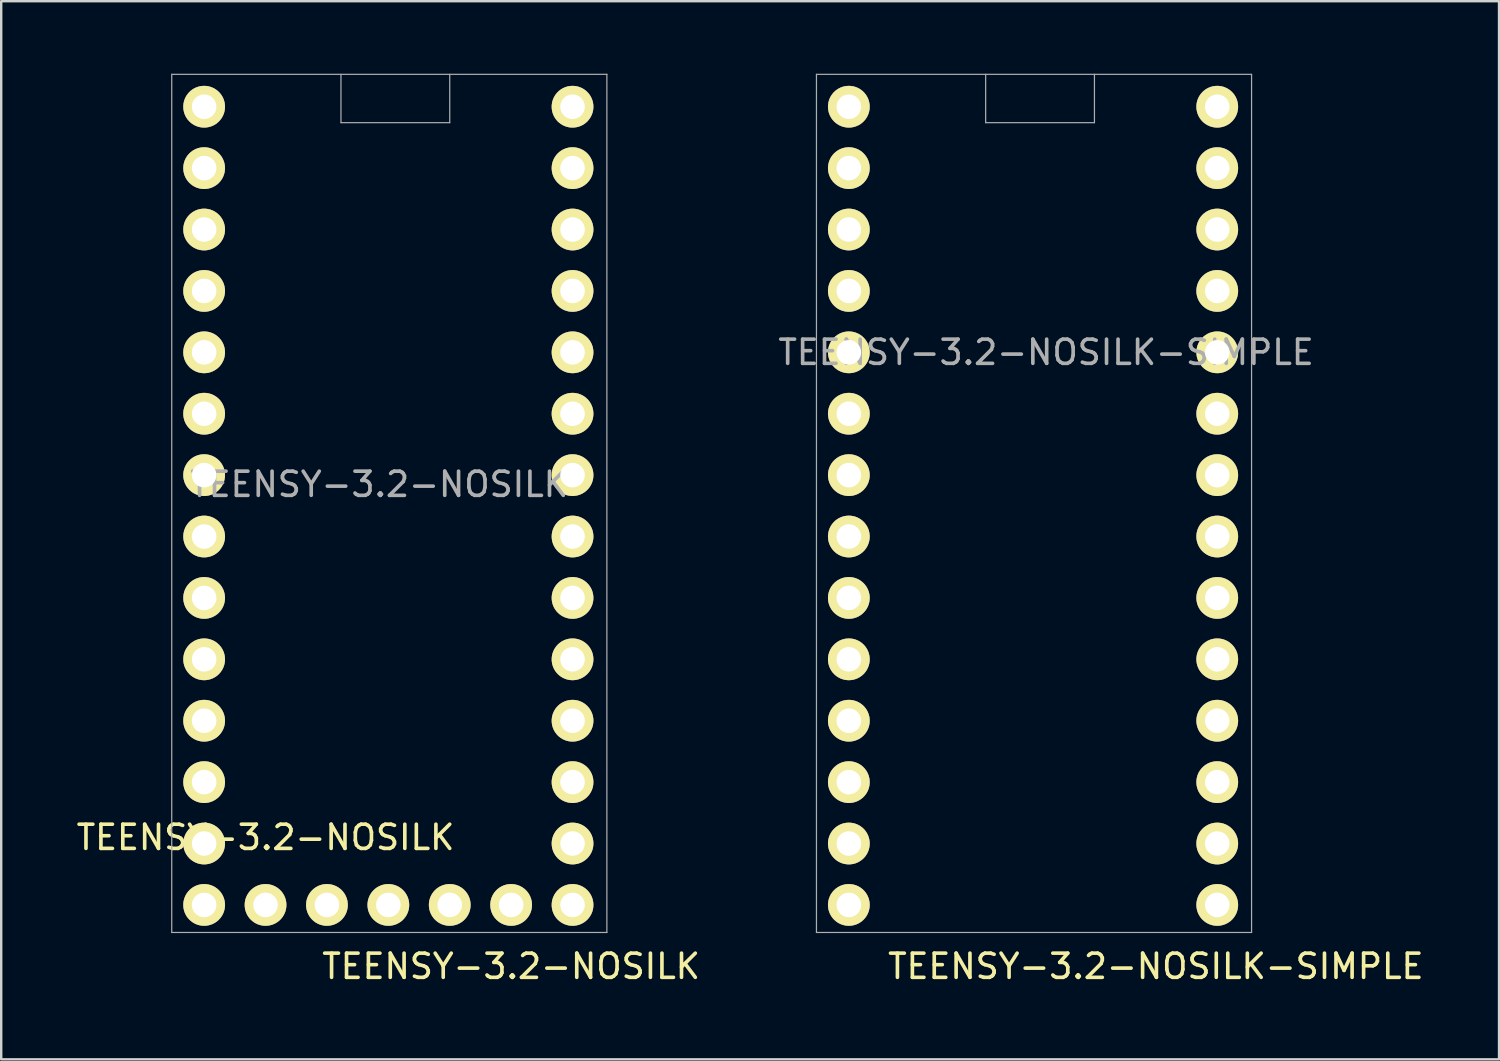
<source format=kicad_pcb>
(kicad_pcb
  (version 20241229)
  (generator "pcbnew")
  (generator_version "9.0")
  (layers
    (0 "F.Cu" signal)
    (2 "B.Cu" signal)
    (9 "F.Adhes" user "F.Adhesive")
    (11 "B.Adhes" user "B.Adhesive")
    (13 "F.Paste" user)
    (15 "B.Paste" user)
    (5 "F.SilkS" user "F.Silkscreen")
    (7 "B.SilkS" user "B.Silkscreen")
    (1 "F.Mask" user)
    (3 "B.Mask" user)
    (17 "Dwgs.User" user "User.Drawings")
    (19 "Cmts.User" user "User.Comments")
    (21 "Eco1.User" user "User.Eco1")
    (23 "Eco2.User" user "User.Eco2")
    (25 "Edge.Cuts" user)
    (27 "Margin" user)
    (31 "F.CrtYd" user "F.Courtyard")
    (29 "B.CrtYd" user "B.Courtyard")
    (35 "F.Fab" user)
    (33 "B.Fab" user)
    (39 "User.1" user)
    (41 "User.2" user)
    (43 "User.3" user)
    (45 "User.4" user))
  (footprint "TEENSY-3.2-NOSILK"
    (layer "F.Cu")
    (at 12.634 17.113)
    (property "Reference" "TEENSY-3.2-NOSILK" (at 0 -0.127 0) (layer "F.Fab") (effects (font (size 1 1) (thickness 0.15))))
    (attr smd)
    (fp_line (start -8.579 -17.088) (end -8.579 18.412) (stroke (width 0.05) (type solid)) (layer "F.Fab"))
    (fp_line (start -8.579 18.412) (end 9.421 18.412) (stroke (width 0.05) (type solid)) (layer "F.Fab"))
    (fp_line (start -1.579 -17.088) (end -1.579 -15.088) (stroke (width 0.05) (type solid)) (layer "F.Fab"))
    (fp_line (start -1.579 -15.088) (end 2.921 -15.088) (stroke (width 0.05) (type solid)) (layer "F.Fab"))
    (fp_line (start 2.921 -15.088) (end 2.921 -17.088) (stroke (width 0.05) (type solid)) (layer "F.Fab"))
    (fp_line (start 9.421 -17.088) (end -8.579 -17.088) (stroke (width 0.05) (type solid)) (layer "F.Fab"))
    (fp_line (start 9.421 18.412) (end 9.421 -17.088) (stroke (width 0.05) (type solid)) (layer "F.Fab"))
    (fp_text user "${REFERENCE}" (at 5.461 19.812 0) (layer "F.SilkS") (effects (font (size 1 1) (thickness 0.15))))
    (fp_text user "${REFERENCE}" (at -4.699 14.478 0) (layer "F.SilkS") (effects (font (size 1 1) (thickness 0.15))))
    (pad "0" thru_hole circle (at -7.239 -13.208) (size 1.727 1.727) (drill 1.016) (layers "*.Cu" "*.Mask" "F.SilkS"))
    (pad "1" thru_hole circle (at -7.239 -10.668) (size 1.727 1.727) (drill 1.016) (layers "*.Cu" "*.Mask" "F.SilkS"))
    (pad "2" thru_hole circle (at -7.239 -8.128) (size 1.727 1.727) (drill 1.016) (layers "*.Cu" "*.Mask" "F.SilkS"))
    (pad "3" thru_hole circle (at -7.239 -5.588) (size 1.727 1.727) (drill 1.016) (layers "*.Cu" "*.Mask" "F.SilkS"))
    (pad "3V1" thru_hole circle (at -2.159 17.272) (size 1.727 1.727) (drill 1.016) (layers "*.Cu" "*.Mask" "F.SilkS"))
    (pad "3V2" thru_hole circle (at 8.001 -10.668) (size 1.727 1.727) (drill 1.016) (layers "*.Cu" "*.Mask" "F.SilkS"))
    (pad "4" thru_hole circle (at -7.239 -3.048) (size 1.727 1.727) (drill 1.016) (layers "*.Cu" "*.Mask" "F.SilkS"))
    (pad "5" thru_hole circle (at -7.239 -0.508) (size 1.727 1.727) (drill 1.016) (layers "*.Cu" "*.Mask" "F.SilkS"))
    (pad "6" thru_hole circle (at -7.239 2.032) (size 1.727 1.727) (drill 1.016) (layers "*.Cu" "*.Mask" "F.SilkS"))
    (pad "7" thru_hole circle (at -7.239 4.572) (size 1.727 1.727) (drill 1.016) (layers "*.Cu" "*.Mask" "F.SilkS"))
    (pad "8" thru_hole circle (at -7.239 7.112) (size 1.727 1.727) (drill 1.016) (layers "*.Cu" "*.Mask" "F.SilkS"))
    (pad "9" thru_hole circle (at -7.239 9.652) (size 1.727 1.727) (drill 1.016) (layers "*.Cu" "*.Mask" "F.SilkS"))
    (pad "10" thru_hole circle (at -7.239 12.192) (size 1.727 1.727) (drill 1.016) (layers "*.Cu" "*.Mask" "F.SilkS"))
    (pad "11" thru_hole circle (at -7.239 14.732) (size 1.727 1.727) (drill 1.016) (layers "*.Cu" "*.Mask" "F.SilkS"))
    (pad "12" thru_hole circle (at -7.239 17.272) (size 1.727 1.727) (drill 1.016) (layers "*.Cu" "*.Mask" "F.SilkS"))
    (pad "13" thru_hole circle (at 8.001 17.272) (size 1.727 1.727) (drill 1.016) (layers "*.Cu" "*.Mask" "F.SilkS"))
    (pad "14" thru_hole circle (at 8.001 14.732) (size 1.727 1.727) (drill 1.016) (layers "*.Cu" "*.Mask" "F.SilkS"))
    (pad "15" thru_hole circle (at 8.001 12.192) (size 1.727 1.727) (drill 1.016) (layers "*.Cu" "*.Mask" "F.SilkS"))
    (pad "16" thru_hole circle (at 8.001 9.652) (size 1.727 1.727) (drill 1.016) (layers "*.Cu" "*.Mask" "F.SilkS"))
    (pad "17" thru_hole circle (at 8.001 7.112) (size 1.727 1.727) (drill 1.016) (layers "*.Cu" "*.Mask" "F.SilkS"))
    (pad "18" thru_hole circle (at 8.001 4.572) (size 1.727 1.727) (drill 1.016) (layers "*.Cu" "*.Mask" "F.SilkS"))
    (pad "19" thru_hole circle (at 8.001 2.032) (size 1.727 1.727) (drill 1.016) (layers "*.Cu" "*.Mask" "F.SilkS"))
    (pad "20" thru_hole circle (at 8.001 -0.508) (size 1.727 1.727) (drill 1.016) (layers "*.Cu" "*.Mask" "F.SilkS"))
    (pad "21" thru_hole circle (at 8.001 -3.048) (size 1.727 1.727) (drill 1.016) (layers "*.Cu" "*.Mask" "F.SilkS"))
    (pad "22" thru_hole circle (at 8.001 -5.588) (size 1.727 1.727) (drill 1.016) (layers "*.Cu" "*.Mask" "F.SilkS"))
    (pad "23" thru_hole circle (at 8.001 -8.128) (size 1.727 1.727) (drill 1.016) (layers "*.Cu" "*.Mask" "F.SilkS"))
    (pad "AG" thru_hole circle (at 8.001 -13.208) (size 1.727 1.727) (drill 1.016) (layers "*.Cu" "*.Mask" "F.SilkS"))
    (pad "DAC" thru_hole circle (at 5.461 17.272) (size 1.727 1.727) (drill 1.016) (layers "*.Cu" "*.Mask" "F.SilkS"))
    (pad "G1" thru_hole circle (at -7.239 -15.748) (size 1.727 1.727) (drill 1.016) (layers "*.Cu" "*.Mask" "F.SilkS"))
    (pad "G2" thru_hole circle (at 0.381 17.272) (size 1.727 1.727) (drill 1.016) (layers "*.Cu" "*.Mask" "F.SilkS"))
    (pad "PGM" thru_hole circle (at 2.921 17.272) (size 1.727 1.727) (drill 1.016) (layers "*.Cu" "*.Mask" "F.SilkS"))
    (pad "VBAT" thru_hole circle (at -4.699 17.272) (size 1.727 1.727) (drill 1.016) (layers "*.Cu" "*.Mask" "F.SilkS"))
    (pad "VIN" thru_hole circle (at 8.001 -15.748) (size 1.727 1.727) (drill 1.016) (layers "*.Cu" "*.Mask" "F.SilkS")))
  (footprint "TEENSY-3.2-NOSILK-SIMPLE"
    (layer "F.Cu")
    (at 42.225 11.525)
    (property "Reference" "TEENSY-3.2-NOSILK-SIMPLE" (at -2 0 0) (layer "F.Fab") (effects (font (size 1 1) (thickness 0.15))))
    (attr smd)
    (fp_line (start -11.5 -11.5) (end -11.5 24) (stroke (width 0.05) (type solid)) (layer "F.Fab"))
    (fp_line (start -11.5 24) (end 6.5 24) (stroke (width 0.05) (type solid)) (layer "F.Fab"))
    (fp_line (start -4.5 -11.5) (end -4.5 -9.5) (stroke (width 0.05) (type solid)) (layer "F.Fab"))
    (fp_line (start -4.5 -9.5) (end 0 -9.5) (stroke (width 0.05) (type solid)) (layer "F.Fab"))
    (fp_line (start 0 -9.5) (end 0 -11.5) (stroke (width 0.05) (type solid)) (layer "F.Fab"))
    (fp_line (start 6.5 -11.5) (end -11.5 -11.5) (stroke (width 0.05) (type solid)) (layer "F.Fab"))
    (fp_line (start 6.5 24) (end 6.5 -11.5) (stroke (width 0.05) (type solid)) (layer "F.Fab"))
    (fp_text user "${REFERENCE}" (at 2.54 25.4 0) (layer "F.SilkS") (effects (font (size 1 1) (thickness 0.15))))
    (pad "0" thru_hole circle (at -10.16 -7.62) (size 1.727 1.727) (drill 1.016) (layers "*.Cu" "*.Mask" "F.SilkS"))
    (pad "1" thru_hole circle (at -10.16 -5.08) (size 1.727 1.727) (drill 1.016) (layers "*.Cu" "*.Mask" "F.SilkS"))
    (pad "2" thru_hole circle (at -10.16 -2.54) (size 1.727 1.727) (drill 1.016) (layers "*.Cu" "*.Mask" "F.SilkS"))
    (pad "3" thru_hole circle (at -10.16 0) (size 1.727 1.727) (drill 1.016) (layers "*.Cu" "*.Mask" "F.SilkS"))
    (pad "3V2" thru_hole circle (at 5.08 -5.08) (size 1.727 1.727) (drill 1.016) (layers "*.Cu" "*.Mask" "F.SilkS"))
    (pad "4" thru_hole circle (at -10.16 2.54) (size 1.727 1.727) (drill 1.016) (layers "*.Cu" "*.Mask" "F.SilkS"))
    (pad "5" thru_hole circle (at -10.16 5.08) (size 1.727 1.727) (drill 1.016) (layers "*.Cu" "*.Mask" "F.SilkS"))
    (pad "6" thru_hole circle (at -10.16 7.62) (size 1.727 1.727) (drill 1.016) (layers "*.Cu" "*.Mask" "F.SilkS"))
    (pad "7" thru_hole circle (at -10.16 10.16) (size 1.727 1.727) (drill 1.016) (layers "*.Cu" "*.Mask" "F.SilkS"))
    (pad "8" thru_hole circle (at -10.16 12.7) (size 1.727 1.727) (drill 1.016) (layers "*.Cu" "*.Mask" "F.SilkS"))
    (pad "9" thru_hole circle (at -10.16 15.24) (size 1.727 1.727) (drill 1.016) (layers "*.Cu" "*.Mask" "F.SilkS"))
    (pad "10" thru_hole circle (at -10.16 17.78) (size 1.727 1.727) (drill 1.016) (layers "*.Cu" "*.Mask" "F.SilkS"))
    (pad "11" thru_hole circle (at -10.16 20.32) (size 1.727 1.727) (drill 1.016) (layers "*.Cu" "*.Mask" "F.SilkS"))
    (pad "12" thru_hole circle (at -10.16 22.86) (size 1.727 1.727) (drill 1.016) (layers "*.Cu" "*.Mask" "F.SilkS"))
    (pad "13" thru_hole circle (at 5.08 22.86) (size 1.727 1.727) (drill 1.016) (layers "*.Cu" "*.Mask" "F.SilkS"))
    (pad "14" thru_hole circle (at 5.08 20.32) (size 1.727 1.727) (drill 1.016) (layers "*.Cu" "*.Mask" "F.SilkS"))
    (pad "15" thru_hole circle (at 5.08 17.78) (size 1.727 1.727) (drill 1.016) (layers "*.Cu" "*.Mask" "F.SilkS"))
    (pad "16" thru_hole circle (at 5.08 15.24) (size 1.727 1.727) (drill 1.016) (layers "*.Cu" "*.Mask" "F.SilkS"))
    (pad "17" thru_hole circle (at 5.08 12.7) (size 1.727 1.727) (drill 1.016) (layers "*.Cu" "*.Mask" "F.SilkS"))
    (pad "18" thru_hole circle (at 5.08 10.16) (size 1.727 1.727) (drill 1.016) (layers "*.Cu" "*.Mask" "F.SilkS"))
    (pad "19" thru_hole circle (at 5.08 7.62) (size 1.727 1.727) (drill 1.016) (layers "*.Cu" "*.Mask" "F.SilkS"))
    (pad "20" thru_hole circle (at 5.08 5.08) (size 1.727 1.727) (drill 1.016) (layers "*.Cu" "*.Mask" "F.SilkS"))
    (pad "21" thru_hole circle (at 5.08 2.54) (size 1.727 1.727) (drill 1.016) (layers "*.Cu" "*.Mask" "F.SilkS"))
    (pad "22" thru_hole circle (at 5.08 0) (size 1.727 1.727) (drill 1.016) (layers "*.Cu" "*.Mask" "F.SilkS"))
    (pad "23" thru_hole circle (at 5.08 -2.54) (size 1.727 1.727) (drill 1.016) (layers "*.Cu" "*.Mask" "F.SilkS"))
    (pad "AG" thru_hole circle (at 5.08 -7.62) (size 1.727 1.727) (drill 1.016) (layers "*.Cu" "*.Mask" "F.SilkS"))
    (pad "G1" thru_hole circle (at -10.16 -10.16) (size 1.727 1.727) (drill 1.016) (layers "*.Cu" "*.Mask" "F.SilkS"))
    (pad "VIN" thru_hole circle (at 5.08 -10.16) (size 1.727 1.727) (drill 1.016) (layers "*.Cu" "*.Mask" "F.SilkS")))
  (gr_rect
    (start -3 -3)
    (end 58.962 40.773)
    (stroke (width 0.1) (type default))
    (fill no)
    (layer "Edge.Cuts")))
</source>
